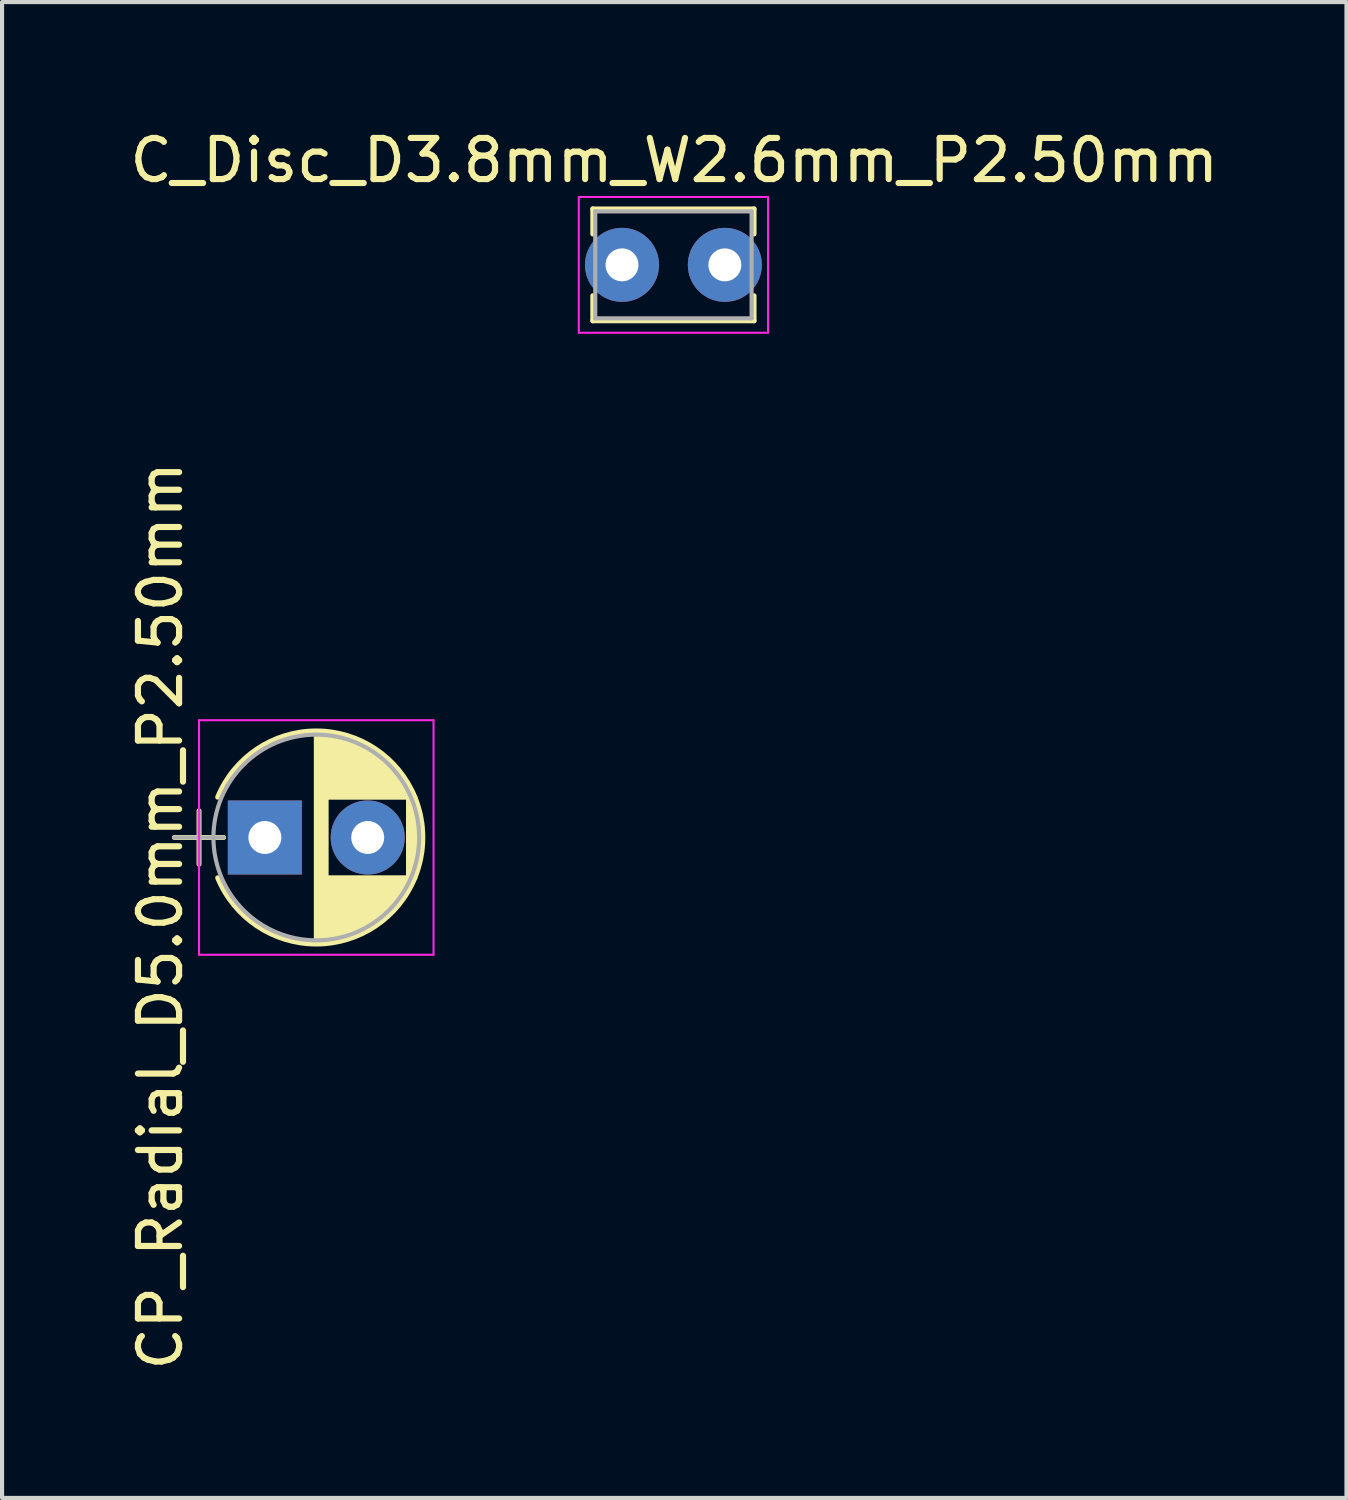
<source format=kicad_pcb>
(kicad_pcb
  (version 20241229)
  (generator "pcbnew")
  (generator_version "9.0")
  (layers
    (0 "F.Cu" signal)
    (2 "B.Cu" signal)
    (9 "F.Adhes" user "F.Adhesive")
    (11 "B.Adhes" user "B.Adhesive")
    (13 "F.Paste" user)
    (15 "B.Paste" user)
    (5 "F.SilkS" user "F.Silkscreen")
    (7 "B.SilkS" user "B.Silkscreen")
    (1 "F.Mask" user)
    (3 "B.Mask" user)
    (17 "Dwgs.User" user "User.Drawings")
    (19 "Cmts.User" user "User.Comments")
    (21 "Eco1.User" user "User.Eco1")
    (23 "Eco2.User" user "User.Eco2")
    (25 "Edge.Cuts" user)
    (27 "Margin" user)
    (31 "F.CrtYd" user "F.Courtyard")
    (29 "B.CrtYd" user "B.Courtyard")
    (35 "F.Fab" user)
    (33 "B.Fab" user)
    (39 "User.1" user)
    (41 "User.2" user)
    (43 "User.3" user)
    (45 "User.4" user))
  (footprint "C_Disc_D3.8mm_W2.6mm_P2.50mm"
    (layer "F.Cu")
    (at 12.069 3.388)
    (property "Reference" "C_Disc_D3.8mm_W2.6mm_P2.50mm" (at 1.27 -2.54 180) (layer "F.SilkS") (effects (font (size 1 1) (thickness 0.15))))
    (attr through_hole)
    (fp_line (start -0.71 -1.36) (end -0.71 -0.75) (stroke (width 0.12) (type solid)) (layer "F.SilkS"))
    (fp_line (start -0.71 -1.36) (end 3.21 -1.36) (stroke (width 0.12) (type solid)) (layer "F.SilkS"))
    (fp_line (start -0.71 0.75) (end -0.71 1.36) (stroke (width 0.12) (type solid)) (layer "F.SilkS"))
    (fp_line (start -0.71 1.36) (end 3.21 1.36) (stroke (width 0.12) (type solid)) (layer "F.SilkS"))
    (fp_line (start 3.21 -1.36) (end 3.21 -0.75) (stroke (width 0.12) (type solid)) (layer "F.SilkS"))
    (fp_line (start 3.21 0.75) (end 3.21 1.36) (stroke (width 0.12) (type solid)) (layer "F.SilkS"))
    (fp_line (start -1.05 -1.65) (end -1.05 1.65) (stroke (width 0.05) (type solid)) (layer "F.CrtYd"))
    (fp_line (start -1.05 1.65) (end 3.55 1.65) (stroke (width 0.05) (type solid)) (layer "F.CrtYd"))
    (fp_line (start 3.55 -1.65) (end -1.05 -1.65) (stroke (width 0.05) (type solid)) (layer "F.CrtYd"))
    (fp_line (start 3.55 1.65) (end 3.55 -1.65) (stroke (width 0.05) (type solid)) (layer "F.CrtYd"))
    (fp_line (start -0.65 -1.3) (end -0.65 1.3) (stroke (width 0.1) (type solid)) (layer "F.Fab"))
    (fp_line (start -0.65 1.3) (end 3.15 1.3) (stroke (width 0.1) (type solid)) (layer "F.Fab"))
    (fp_line (start 3.15 -1.3) (end -0.65 -1.3) (stroke (width 0.1) (type solid)) (layer "F.Fab"))
    (fp_line (start 3.15 1.3) (end 3.15 -1.3) (stroke (width 0.1) (type solid)) (layer "F.Fab"))
    (pad "1" thru_hole circle (at 0 0) (size 1.8 1.8) (drill 0.8) (layers "*.Cu" "*.Mask"))
    (pad "2" thru_hole circle (at 2.5 0) (size 1.8 1.8) (drill 0.8) (layers "*.Cu" "*.Mask")))
  (footprint "CP_Radial_D5.0mm_P2.50mm"
    (layer "F.Cu")
    (at 3.388 17.307)
    (property "Reference" "CP_Radial_D5.0mm_P2.50mm" (at -2.54 1.905 90) (layer "F.SilkS") (effects (font (size 1 1) (thickness 0.15))))
    (attr through_hole)
    (fp_line (start -2.2 0) (end -1 0) (stroke (width 0.12) (type solid)) (layer "F.SilkS"))
    (fp_line (start -1.6 -0.65) (end -1.6 0.65) (stroke (width 0.12) (type solid)) (layer "F.SilkS"))
    (fp_line (start 1.25 -2.55) (end 1.25 2.55) (stroke (width 0.12) (type solid)) (layer "F.SilkS"))
    (fp_line (start 1.29 -2.55) (end 1.29 2.55) (stroke (width 0.12) (type solid)) (layer "F.SilkS"))
    (fp_line (start 1.33 -2.549) (end 1.33 2.549) (stroke (width 0.12) (type solid)) (layer "F.SilkS"))
    (fp_line (start 1.37 -2.548) (end 1.37 2.548) (stroke (width 0.12) (type solid)) (layer "F.SilkS"))
    (fp_line (start 1.41 -2.546) (end 1.41 2.546) (stroke (width 0.12) (type solid)) (layer "F.SilkS"))
    (fp_line (start 1.45 -2.543) (end 1.45 2.543) (stroke (width 0.12) (type solid)) (layer "F.SilkS"))
    (fp_line (start 1.49 -2.539) (end 1.49 2.539) (stroke (width 0.12) (type solid)) (layer "F.SilkS"))
    (fp_line (start 1.53 -2.535) (end 1.53 -0.98) (stroke (width 0.12) (type solid)) (layer "F.SilkS"))
    (fp_line (start 1.53 0.98) (end 1.53 2.535) (stroke (width 0.12) (type solid)) (layer "F.SilkS"))
    (fp_line (start 1.57 -2.531) (end 1.57 -0.98) (stroke (width 0.12) (type solid)) (layer "F.SilkS"))
    (fp_line (start 1.57 0.98) (end 1.57 2.531) (stroke (width 0.12) (type solid)) (layer "F.SilkS"))
    (fp_line (start 1.61 -2.525) (end 1.61 -0.98) (stroke (width 0.12) (type solid)) (layer "F.SilkS"))
    (fp_line (start 1.61 0.98) (end 1.61 2.525) (stroke (width 0.12) (type solid)) (layer "F.SilkS"))
    (fp_line (start 1.65 -2.519) (end 1.65 -0.98) (stroke (width 0.12) (type solid)) (layer "F.SilkS"))
    (fp_line (start 1.65 0.98) (end 1.65 2.519) (stroke (width 0.12) (type solid)) (layer "F.SilkS"))
    (fp_line (start 1.69 -2.513) (end 1.69 -0.98) (stroke (width 0.12) (type solid)) (layer "F.SilkS"))
    (fp_line (start 1.69 0.98) (end 1.69 2.513) (stroke (width 0.12) (type solid)) (layer "F.SilkS"))
    (fp_line (start 1.73 -2.506) (end 1.73 -0.98) (stroke (width 0.12) (type solid)) (layer "F.SilkS"))
    (fp_line (start 1.73 0.98) (end 1.73 2.506) (stroke (width 0.12) (type solid)) (layer "F.SilkS"))
    (fp_line (start 1.77 -2.498) (end 1.77 -0.98) (stroke (width 0.12) (type solid)) (layer "F.SilkS"))
    (fp_line (start 1.77 0.98) (end 1.77 2.498) (stroke (width 0.12) (type solid)) (layer "F.SilkS"))
    (fp_line (start 1.81 -2.489) (end 1.81 -0.98) (stroke (width 0.12) (type solid)) (layer "F.SilkS"))
    (fp_line (start 1.81 0.98) (end 1.81 2.489) (stroke (width 0.12) (type solid)) (layer "F.SilkS"))
    (fp_line (start 1.85 -2.48) (end 1.85 -0.98) (stroke (width 0.12) (type solid)) (layer "F.SilkS"))
    (fp_line (start 1.85 0.98) (end 1.85 2.48) (stroke (width 0.12) (type solid)) (layer "F.SilkS"))
    (fp_line (start 1.89 -2.47) (end 1.89 -0.98) (stroke (width 0.12) (type solid)) (layer "F.SilkS"))
    (fp_line (start 1.89 0.98) (end 1.89 2.47) (stroke (width 0.12) (type solid)) (layer "F.SilkS"))
    (fp_line (start 1.93 -2.46) (end 1.93 -0.98) (stroke (width 0.12) (type solid)) (layer "F.SilkS"))
    (fp_line (start 1.93 0.98) (end 1.93 2.46) (stroke (width 0.12) (type solid)) (layer "F.SilkS"))
    (fp_line (start 1.971 -2.448) (end 1.971 -0.98) (stroke (width 0.12) (type solid)) (layer "F.SilkS"))
    (fp_line (start 1.971 0.98) (end 1.971 2.448) (stroke (width 0.12) (type solid)) (layer "F.SilkS"))
    (fp_line (start 2.011 -2.436) (end 2.011 -0.98) (stroke (width 0.12) (type solid)) (layer "F.SilkS"))
    (fp_line (start 2.011 0.98) (end 2.011 2.436) (stroke (width 0.12) (type solid)) (layer "F.SilkS"))
    (fp_line (start 2.051 -2.424) (end 2.051 -0.98) (stroke (width 0.12) (type solid)) (layer "F.SilkS"))
    (fp_line (start 2.051 0.98) (end 2.051 2.424) (stroke (width 0.12) (type solid)) (layer "F.SilkS"))
    (fp_line (start 2.091 -2.41) (end 2.091 -0.98) (stroke (width 0.12) (type solid)) (layer "F.SilkS"))
    (fp_line (start 2.091 0.98) (end 2.091 2.41) (stroke (width 0.12) (type solid)) (layer "F.SilkS"))
    (fp_line (start 2.131 -2.396) (end 2.131 -0.98) (stroke (width 0.12) (type solid)) (layer "F.SilkS"))
    (fp_line (start 2.131 0.98) (end 2.131 2.396) (stroke (width 0.12) (type solid)) (layer "F.SilkS"))
    (fp_line (start 2.171 -2.382) (end 2.171 -0.98) (stroke (width 0.12) (type solid)) (layer "F.SilkS"))
    (fp_line (start 2.171 0.98) (end 2.171 2.382) (stroke (width 0.12) (type solid)) (layer "F.SilkS"))
    (fp_line (start 2.211 -2.366) (end 2.211 -0.98) (stroke (width 0.12) (type solid)) (layer "F.SilkS"))
    (fp_line (start 2.211 0.98) (end 2.211 2.366) (stroke (width 0.12) (type solid)) (layer "F.SilkS"))
    (fp_line (start 2.251 -2.35) (end 2.251 -0.98) (stroke (width 0.12) (type solid)) (layer "F.SilkS"))
    (fp_line (start 2.251 0.98) (end 2.251 2.35) (stroke (width 0.12) (type solid)) (layer "F.SilkS"))
    (fp_line (start 2.291 -2.333) (end 2.291 -0.98) (stroke (width 0.12) (type solid)) (layer "F.SilkS"))
    (fp_line (start 2.291 0.98) (end 2.291 2.333) (stroke (width 0.12) (type solid)) (layer "F.SilkS"))
    (fp_line (start 2.331 -2.315) (end 2.331 -0.98) (stroke (width 0.12) (type solid)) (layer "F.SilkS"))
    (fp_line (start 2.331 0.98) (end 2.331 2.315) (stroke (width 0.12) (type solid)) (layer "F.SilkS"))
    (fp_line (start 2.371 -2.296) (end 2.371 -0.98) (stroke (width 0.12) (type solid)) (layer "F.SilkS"))
    (fp_line (start 2.371 0.98) (end 2.371 2.296) (stroke (width 0.12) (type solid)) (layer "F.SilkS"))
    (fp_line (start 2.411 -2.276) (end 2.411 -0.98) (stroke (width 0.12) (type solid)) (layer "F.SilkS"))
    (fp_line (start 2.411 0.98) (end 2.411 2.276) (stroke (width 0.12) (type solid)) (layer "F.SilkS"))
    (fp_line (start 2.451 -2.256) (end 2.451 -0.98) (stroke (width 0.12) (type solid)) (layer "F.SilkS"))
    (fp_line (start 2.451 0.98) (end 2.451 2.256) (stroke (width 0.12) (type solid)) (layer "F.SilkS"))
    (fp_line (start 2.491 -2.234) (end 2.491 -0.98) (stroke (width 0.12) (type solid)) (layer "F.SilkS"))
    (fp_line (start 2.491 0.98) (end 2.491 2.234) (stroke (width 0.12) (type solid)) (layer "F.SilkS"))
    (fp_line (start 2.531 -2.212) (end 2.531 -0.98) (stroke (width 0.12) (type solid)) (layer "F.SilkS"))
    (fp_line (start 2.531 0.98) (end 2.531 2.212) (stroke (width 0.12) (type solid)) (layer "F.SilkS"))
    (fp_line (start 2.571 -2.189) (end 2.571 -0.98) (stroke (width 0.12) (type solid)) (layer "F.SilkS"))
    (fp_line (start 2.571 0.98) (end 2.571 2.189) (stroke (width 0.12) (type solid)) (layer "F.SilkS"))
    (fp_line (start 2.611 -2.165) (end 2.611 -0.98) (stroke (width 0.12) (type solid)) (layer "F.SilkS"))
    (fp_line (start 2.611 0.98) (end 2.611 2.165) (stroke (width 0.12) (type solid)) (layer "F.SilkS"))
    (fp_line (start 2.651 -2.14) (end 2.651 -0.98) (stroke (width 0.12) (type solid)) (layer "F.SilkS"))
    (fp_line (start 2.651 0.98) (end 2.651 2.14) (stroke (width 0.12) (type solid)) (layer "F.SilkS"))
    (fp_line (start 2.691 -2.113) (end 2.691 -0.98) (stroke (width 0.12) (type solid)) (layer "F.SilkS"))
    (fp_line (start 2.691 0.98) (end 2.691 2.113) (stroke (width 0.12) (type solid)) (layer "F.SilkS"))
    (fp_line (start 2.731 -2.086) (end 2.731 -0.98) (stroke (width 0.12) (type solid)) (layer "F.SilkS"))
    (fp_line (start 2.731 0.98) (end 2.731 2.086) (stroke (width 0.12) (type solid)) (layer "F.SilkS"))
    (fp_line (start 2.771 -2.058) (end 2.771 -0.98) (stroke (width 0.12) (type solid)) (layer "F.SilkS"))
    (fp_line (start 2.771 0.98) (end 2.771 2.058) (stroke (width 0.12) (type solid)) (layer "F.SilkS"))
    (fp_line (start 2.811 -2.028) (end 2.811 -0.98) (stroke (width 0.12) (type solid)) (layer "F.SilkS"))
    (fp_line (start 2.811 0.98) (end 2.811 2.028) (stroke (width 0.12) (type solid)) (layer "F.SilkS"))
    (fp_line (start 2.851 -1.997) (end 2.851 -0.98) (stroke (width 0.12) (type solid)) (layer "F.SilkS"))
    (fp_line (start 2.851 0.98) (end 2.851 1.997) (stroke (width 0.12) (type solid)) (layer "F.SilkS"))
    (fp_line (start 2.891 -1.965) (end 2.891 -0.98) (stroke (width 0.12) (type solid)) (layer "F.SilkS"))
    (fp_line (start 2.891 0.98) (end 2.891 1.965) (stroke (width 0.12) (type solid)) (layer "F.SilkS"))
    (fp_line (start 2.931 -1.932) (end 2.931 -0.98) (stroke (width 0.12) (type solid)) (layer "F.SilkS"))
    (fp_line (start 2.931 0.98) (end 2.931 1.932) (stroke (width 0.12) (type solid)) (layer "F.SilkS"))
    (fp_line (start 2.971 -1.897) (end 2.971 -0.98) (stroke (width 0.12) (type solid)) (layer "F.SilkS"))
    (fp_line (start 2.971 0.98) (end 2.971 1.897) (stroke (width 0.12) (type solid)) (layer "F.SilkS"))
    (fp_line (start 3.011 -1.861) (end 3.011 -0.98) (stroke (width 0.12) (type solid)) (layer "F.SilkS"))
    (fp_line (start 3.011 0.98) (end 3.011 1.861) (stroke (width 0.12) (type solid)) (layer "F.SilkS"))
    (fp_line (start 3.051 -1.823) (end 3.051 -0.98) (stroke (width 0.12) (type solid)) (layer "F.SilkS"))
    (fp_line (start 3.051 0.98) (end 3.051 1.823) (stroke (width 0.12) (type solid)) (layer "F.SilkS"))
    (fp_line (start 3.091 -1.783) (end 3.091 -0.98) (stroke (width 0.12) (type solid)) (layer "F.SilkS"))
    (fp_line (start 3.091 0.98) (end 3.091 1.783) (stroke (width 0.12) (type solid)) (layer "F.SilkS"))
    (fp_line (start 3.131 -1.742) (end 3.131 -0.98) (stroke (width 0.12) (type solid)) (layer "F.SilkS"))
    (fp_line (start 3.131 0.98) (end 3.131 1.742) (stroke (width 0.12) (type solid)) (layer "F.SilkS"))
    (fp_line (start 3.171 -1.699) (end 3.171 -0.98) (stroke (width 0.12) (type solid)) (layer "F.SilkS"))
    (fp_line (start 3.171 0.98) (end 3.171 1.699) (stroke (width 0.12) (type solid)) (layer "F.SilkS"))
    (fp_line (start 3.211 -1.654) (end 3.211 -0.98) (stroke (width 0.12) (type solid)) (layer "F.SilkS"))
    (fp_line (start 3.211 0.98) (end 3.211 1.654) (stroke (width 0.12) (type solid)) (layer "F.SilkS"))
    (fp_line (start 3.251 -1.606) (end 3.251 -0.98) (stroke (width 0.12) (type solid)) (layer "F.SilkS"))
    (fp_line (start 3.251 0.98) (end 3.251 1.606) (stroke (width 0.12) (type solid)) (layer "F.SilkS"))
    (fp_line (start 3.291 -1.556) (end 3.291 -0.98) (stroke (width 0.12) (type solid)) (layer "F.SilkS"))
    (fp_line (start 3.291 0.98) (end 3.291 1.556) (stroke (width 0.12) (type solid)) (layer "F.SilkS"))
    (fp_line (start 3.331 -1.504) (end 3.331 -0.98) (stroke (width 0.12) (type solid)) (layer "F.SilkS"))
    (fp_line (start 3.331 0.98) (end 3.331 1.504) (stroke (width 0.12) (type solid)) (layer "F.SilkS"))
    (fp_line (start 3.371 -1.448) (end 3.371 -0.98) (stroke (width 0.12) (type solid)) (layer "F.SilkS"))
    (fp_line (start 3.371 0.98) (end 3.371 1.448) (stroke (width 0.12) (type solid)) (layer "F.SilkS"))
    (fp_line (start 3.411 -1.39) (end 3.411 -0.98) (stroke (width 0.12) (type solid)) (layer "F.SilkS"))
    (fp_line (start 3.411 0.98) (end 3.411 1.39) (stroke (width 0.12) (type solid)) (layer "F.SilkS"))
    (fp_line (start 3.451 -1.327) (end 3.451 -0.98) (stroke (width 0.12) (type solid)) (layer "F.SilkS"))
    (fp_line (start 3.451 0.98) (end 3.451 1.327) (stroke (width 0.12) (type solid)) (layer "F.SilkS"))
    (fp_line (start 3.491 -1.261) (end 3.491 1.261) (stroke (width 0.12) (type solid)) (layer "F.SilkS"))
    (fp_line (start 3.531 -1.189) (end 3.531 1.189) (stroke (width 0.12) (type solid)) (layer "F.SilkS"))
    (fp_line (start 3.571 -1.112) (end 3.571 1.112) (stroke (width 0.12) (type solid)) (layer "F.SilkS"))
    (fp_line (start 3.611 -1.028) (end 3.611 1.028) (stroke (width 0.12) (type solid)) (layer "F.SilkS"))
    (fp_line (start 3.651 -0.934) (end 3.651 0.934) (stroke (width 0.12) (type solid)) (layer "F.SilkS"))
    (fp_line (start 3.691 -0.829) (end 3.691 0.829) (stroke (width 0.12) (type solid)) (layer "F.SilkS"))
    (fp_line (start 3.731 -0.707) (end 3.731 0.707) (stroke (width 0.12) (type solid)) (layer "F.SilkS"))
    (fp_line (start 3.771 -0.559) (end 3.771 0.559) (stroke (width 0.12) (type solid)) (layer "F.SilkS"))
    (fp_line (start 3.811 -0.354) (end 3.811 0.354) (stroke (width 0.12) (type solid)) (layer "F.SilkS"))
    (fp_arc (start -1.147436 -0.98) (mid 1.249244 -2.59) (end 3.646863 -0.9814) (stroke (width 0.12) (type solid)) (layer "F.SilkS"))
    (fp_arc (start 3.646863 0.9814) (mid 1.249244 2.59) (end -1.147436 0.98) (stroke (width 0.12) (type solid)) (layer "F.SilkS"))
    (fp_arc (start 3.647436 -0.98) (mid 3.84 0.000756) (end 3.646863 0.9814) (stroke (width 0.12) (type solid)) (layer "F.SilkS"))
    (fp_line (start -1.6 -2.85) (end -1.6 2.85) (stroke (width 0.05) (type solid)) (layer "F.CrtYd"))
    (fp_line (start -1.6 2.85) (end 4.1 2.85) (stroke (width 0.05) (type solid)) (layer "F.CrtYd"))
    (fp_line (start 4.1 -2.85) (end -1.6 -2.85) (stroke (width 0.05) (type solid)) (layer "F.CrtYd"))
    (fp_line (start 4.1 2.85) (end 4.1 -2.85) (stroke (width 0.05) (type solid)) (layer "F.CrtYd"))
    (fp_line (start -2.2 0) (end -1 0) (stroke (width 0.1) (type solid)) (layer "F.Fab"))
    (fp_line (start -1.6 -0.65) (end -1.6 0.65) (stroke (width 0.1) (type solid)) (layer "F.Fab"))
    (fp_circle (center 1.25 0) (end 3.75 0) (stroke (width 0.1) (type solid)) (fill no) (layer "F.Fab"))
    (pad "1" thru_hole rect (at 0 0) (size 1.8 1.8) (drill 0.8) (layers "*.Cu" "*.Mask"))
    (pad "2" thru_hole circle (at 2.5 0) (size 1.8 1.8) (drill 0.8) (layers "*.Cu" "*.Mask")))
  (gr_rect
    (start -3 -3)
    (end 29.679 33.361)
    (stroke (width 0.1) (type default))
    (fill no)
    (layer "Edge.Cuts")))
</source>
